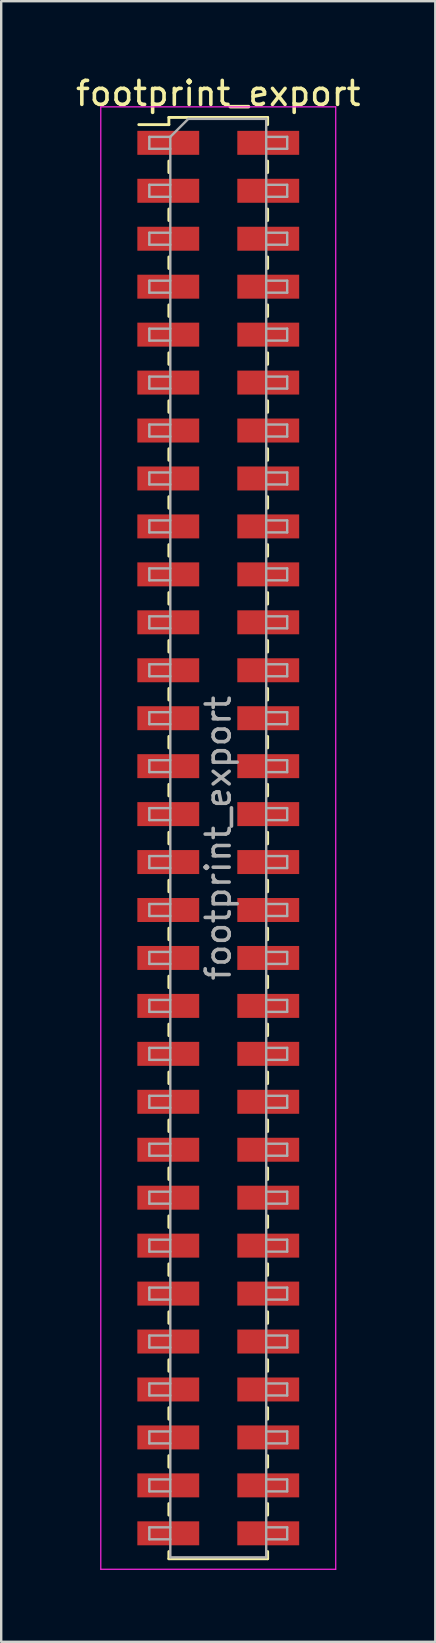
<source format=kicad_pcb>
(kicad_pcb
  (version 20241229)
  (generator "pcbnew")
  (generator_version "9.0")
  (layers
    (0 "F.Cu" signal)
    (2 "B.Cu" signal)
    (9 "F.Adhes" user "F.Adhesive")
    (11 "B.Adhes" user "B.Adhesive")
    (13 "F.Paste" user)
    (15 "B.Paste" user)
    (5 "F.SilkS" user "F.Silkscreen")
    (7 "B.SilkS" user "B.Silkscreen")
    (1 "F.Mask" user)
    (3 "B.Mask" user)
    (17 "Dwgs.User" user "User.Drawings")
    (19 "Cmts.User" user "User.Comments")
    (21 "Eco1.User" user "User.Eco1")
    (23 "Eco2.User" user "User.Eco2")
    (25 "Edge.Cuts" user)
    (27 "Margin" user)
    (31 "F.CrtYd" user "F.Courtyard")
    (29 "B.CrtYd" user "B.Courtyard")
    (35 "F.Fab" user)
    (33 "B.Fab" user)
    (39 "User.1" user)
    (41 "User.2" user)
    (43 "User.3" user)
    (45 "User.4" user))
  (footprint "footprint_export"
    (layer "F.Cu")
    (at 6.054 31.908)
    (property "Reference" "footprint_export" (at 0 -31.06 0) (layer "F.SilkS") (effects (font (size 1 1) (thickness 0.15))))
    (attr smd)
    (fp_line (start -3.315 -29.76) (end -2.06 -29.76) (stroke (width 0.12) (type solid)) (layer "F.SilkS"))
    (fp_line (start -2.06 -30.06) (end -2.06 -29.76) (stroke (width 0.12) (type solid)) (layer "F.SilkS"))
    (fp_line (start -2.06 -30.06) (end 2.06 -30.06) (stroke (width 0.12) (type solid)) (layer "F.SilkS"))
    (fp_line (start -2.06 -28.24) (end -2.06 -27.76) (stroke (width 0.12) (type solid)) (layer "F.SilkS"))
    (fp_line (start -2.06 -26.24) (end -2.06 -25.76) (stroke (width 0.12) (type solid)) (layer "F.SilkS"))
    (fp_line (start -2.06 -24.24) (end -2.06 -23.76) (stroke (width 0.12) (type solid)) (layer "F.SilkS"))
    (fp_line (start -2.06 -22.24) (end -2.06 -21.76) (stroke (width 0.12) (type solid)) (layer "F.SilkS"))
    (fp_line (start -2.06 -20.24) (end -2.06 -19.76) (stroke (width 0.12) (type solid)) (layer "F.SilkS"))
    (fp_line (start -2.06 -18.24) (end -2.06 -17.76) (stroke (width 0.12) (type solid)) (layer "F.SilkS"))
    (fp_line (start -2.06 -16.24) (end -2.06 -15.76) (stroke (width 0.12) (type solid)) (layer "F.SilkS"))
    (fp_line (start -2.06 -14.24) (end -2.06 -13.76) (stroke (width 0.12) (type solid)) (layer "F.SilkS"))
    (fp_line (start -2.06 -12.24) (end -2.06 -11.76) (stroke (width 0.12) (type solid)) (layer "F.SilkS"))
    (fp_line (start -2.06 -10.24) (end -2.06 -9.76) (stroke (width 0.12) (type solid)) (layer "F.SilkS"))
    (fp_line (start -2.06 -8.24) (end -2.06 -7.76) (stroke (width 0.12) (type solid)) (layer "F.SilkS"))
    (fp_line (start -2.06 -6.24) (end -2.06 -5.76) (stroke (width 0.12) (type solid)) (layer "F.SilkS"))
    (fp_line (start -2.06 -4.24) (end -2.06 -3.76) (stroke (width 0.12) (type solid)) (layer "F.SilkS"))
    (fp_line (start -2.06 -2.24) (end -2.06 -1.76) (stroke (width 0.12) (type solid)) (layer "F.SilkS"))
    (fp_line (start -2.06 -0.24) (end -2.06 0.24) (stroke (width 0.12) (type solid)) (layer "F.SilkS"))
    (fp_line (start -2.06 1.76) (end -2.06 2.24) (stroke (width 0.12) (type solid)) (layer "F.SilkS"))
    (fp_line (start -2.06 3.76) (end -2.06 4.24) (stroke (width 0.12) (type solid)) (layer "F.SilkS"))
    (fp_line (start -2.06 5.76) (end -2.06 6.24) (stroke (width 0.12) (type solid)) (layer "F.SilkS"))
    (fp_line (start -2.06 7.76) (end -2.06 8.24) (stroke (width 0.12) (type solid)) (layer "F.SilkS"))
    (fp_line (start -2.06 9.76) (end -2.06 10.24) (stroke (width 0.12) (type solid)) (layer "F.SilkS"))
    (fp_line (start -2.06 11.76) (end -2.06 12.24) (stroke (width 0.12) (type solid)) (layer "F.SilkS"))
    (fp_line (start -2.06 13.76) (end -2.06 14.24) (stroke (width 0.12) (type solid)) (layer "F.SilkS"))
    (fp_line (start -2.06 15.76) (end -2.06 16.24) (stroke (width 0.12) (type solid)) (layer "F.SilkS"))
    (fp_line (start -2.06 17.76) (end -2.06 18.24) (stroke (width 0.12) (type solid)) (layer "F.SilkS"))
    (fp_line (start -2.06 19.76) (end -2.06 20.24) (stroke (width 0.12) (type solid)) (layer "F.SilkS"))
    (fp_line (start -2.06 21.76) (end -2.06 22.24) (stroke (width 0.12) (type solid)) (layer "F.SilkS"))
    (fp_line (start -2.06 23.76) (end -2.06 24.24) (stroke (width 0.12) (type solid)) (layer "F.SilkS"))
    (fp_line (start -2.06 25.76) (end -2.06 26.24) (stroke (width 0.12) (type solid)) (layer "F.SilkS"))
    (fp_line (start -2.06 27.76) (end -2.06 28.24) (stroke (width 0.12) (type solid)) (layer "F.SilkS"))
    (fp_line (start -2.06 29.76) (end -2.06 30.06) (stroke (width 0.12) (type solid)) (layer "F.SilkS"))
    (fp_line (start -2.06 30.06) (end 2.06 30.06) (stroke (width 0.12) (type solid)) (layer "F.SilkS"))
    (fp_line (start 2.06 -30.06) (end 2.06 -29.76) (stroke (width 0.12) (type solid)) (layer "F.SilkS"))
    (fp_line (start 2.06 -28.24) (end 2.06 -27.76) (stroke (width 0.12) (type solid)) (layer "F.SilkS"))
    (fp_line (start 2.06 -26.24) (end 2.06 -25.76) (stroke (width 0.12) (type solid)) (layer "F.SilkS"))
    (fp_line (start 2.06 -24.24) (end 2.06 -23.76) (stroke (width 0.12) (type solid)) (layer "F.SilkS"))
    (fp_line (start 2.06 -22.24) (end 2.06 -21.76) (stroke (width 0.12) (type solid)) (layer "F.SilkS"))
    (fp_line (start 2.06 -20.24) (end 2.06 -19.76) (stroke (width 0.12) (type solid)) (layer "F.SilkS"))
    (fp_line (start 2.06 -18.24) (end 2.06 -17.76) (stroke (width 0.12) (type solid)) (layer "F.SilkS"))
    (fp_line (start 2.06 -16.24) (end 2.06 -15.76) (stroke (width 0.12) (type solid)) (layer "F.SilkS"))
    (fp_line (start 2.06 -14.24) (end 2.06 -13.76) (stroke (width 0.12) (type solid)) (layer "F.SilkS"))
    (fp_line (start 2.06 -12.24) (end 2.06 -11.76) (stroke (width 0.12) (type solid)) (layer "F.SilkS"))
    (fp_line (start 2.06 -10.24) (end 2.06 -9.76) (stroke (width 0.12) (type solid)) (layer "F.SilkS"))
    (fp_line (start 2.06 -8.24) (end 2.06 -7.76) (stroke (width 0.12) (type solid)) (layer "F.SilkS"))
    (fp_line (start 2.06 -6.24) (end 2.06 -5.76) (stroke (width 0.12) (type solid)) (layer "F.SilkS"))
    (fp_line (start 2.06 -4.24) (end 2.06 -3.76) (stroke (width 0.12) (type solid)) (layer "F.SilkS"))
    (fp_line (start 2.06 -2.24) (end 2.06 -1.76) (stroke (width 0.12) (type solid)) (layer "F.SilkS"))
    (fp_line (start 2.06 -0.24) (end 2.06 0.24) (stroke (width 0.12) (type solid)) (layer "F.SilkS"))
    (fp_line (start 2.06 1.76) (end 2.06 2.24) (stroke (width 0.12) (type solid)) (layer "F.SilkS"))
    (fp_line (start 2.06 3.76) (end 2.06 4.24) (stroke (width 0.12) (type solid)) (layer "F.SilkS"))
    (fp_line (start 2.06 5.76) (end 2.06 6.24) (stroke (width 0.12) (type solid)) (layer "F.SilkS"))
    (fp_line (start 2.06 7.76) (end 2.06 8.24) (stroke (width 0.12) (type solid)) (layer "F.SilkS"))
    (fp_line (start 2.06 9.76) (end 2.06 10.24) (stroke (width 0.12) (type solid)) (layer "F.SilkS"))
    (fp_line (start 2.06 11.76) (end 2.06 12.24) (stroke (width 0.12) (type solid)) (layer "F.SilkS"))
    (fp_line (start 2.06 13.76) (end 2.06 14.24) (stroke (width 0.12) (type solid)) (layer "F.SilkS"))
    (fp_line (start 2.06 15.76) (end 2.06 16.24) (stroke (width 0.12) (type solid)) (layer "F.SilkS"))
    (fp_line (start 2.06 17.76) (end 2.06 18.24) (stroke (width 0.12) (type solid)) (layer "F.SilkS"))
    (fp_line (start 2.06 19.76) (end 2.06 20.24) (stroke (width 0.12) (type solid)) (layer "F.SilkS"))
    (fp_line (start 2.06 21.76) (end 2.06 22.24) (stroke (width 0.12) (type solid)) (layer "F.SilkS"))
    (fp_line (start 2.06 23.76) (end 2.06 24.24) (stroke (width 0.12) (type solid)) (layer "F.SilkS"))
    (fp_line (start 2.06 25.76) (end 2.06 26.24) (stroke (width 0.12) (type solid)) (layer "F.SilkS"))
    (fp_line (start 2.06 27.76) (end 2.06 28.24) (stroke (width 0.12) (type solid)) (layer "F.SilkS"))
    (fp_line (start 2.06 29.76) (end 2.06 30.06) (stroke (width 0.12) (type solid)) (layer "F.SilkS"))
    (fp_line (start -4.9 -30.5) (end -4.9 30.5) (stroke (width 0.05) (type solid)) (layer "F.CrtYd"))
    (fp_line (start -4.9 30.5) (end 4.9 30.5) (stroke (width 0.05) (type solid)) (layer "F.CrtYd"))
    (fp_line (start 4.9 -30.5) (end -4.9 -30.5) (stroke (width 0.05) (type solid)) (layer "F.CrtYd"))
    (fp_line (start 4.9 30.5) (end 4.9 -30.5) (stroke (width 0.05) (type solid)) (layer "F.CrtYd"))
    (fp_line (start -2.875 -29.25) (end -2.875 -28.75) (stroke (width 0.1) (type solid)) (layer "F.Fab"))
    (fp_line (start -2.875 -28.75) (end -2 -28.75) (stroke (width 0.1) (type solid)) (layer "F.Fab"))
    (fp_line (start -2.875 -27.25) (end -2.875 -26.75) (stroke (width 0.1) (type solid)) (layer "F.Fab"))
    (fp_line (start -2.875 -26.75) (end -2 -26.75) (stroke (width 0.1) (type solid)) (layer "F.Fab"))
    (fp_line (start -2.875 -25.25) (end -2.875 -24.75) (stroke (width 0.1) (type solid)) (layer "F.Fab"))
    (fp_line (start -2.875 -24.75) (end -2 -24.75) (stroke (width 0.1) (type solid)) (layer "F.Fab"))
    (fp_line (start -2.875 -23.25) (end -2.875 -22.75) (stroke (width 0.1) (type solid)) (layer "F.Fab"))
    (fp_line (start -2.875 -22.75) (end -2 -22.75) (stroke (width 0.1) (type solid)) (layer "F.Fab"))
    (fp_line (start -2.875 -21.25) (end -2.875 -20.75) (stroke (width 0.1) (type solid)) (layer "F.Fab"))
    (fp_line (start -2.875 -20.75) (end -2 -20.75) (stroke (width 0.1) (type solid)) (layer "F.Fab"))
    (fp_line (start -2.875 -19.25) (end -2.875 -18.75) (stroke (width 0.1) (type solid)) (layer "F.Fab"))
    (fp_line (start -2.875 -18.75) (end -2 -18.75) (stroke (width 0.1) (type solid)) (layer "F.Fab"))
    (fp_line (start -2.875 -17.25) (end -2.875 -16.75) (stroke (width 0.1) (type solid)) (layer "F.Fab"))
    (fp_line (start -2.875 -16.75) (end -2 -16.75) (stroke (width 0.1) (type solid)) (layer "F.Fab"))
    (fp_line (start -2.875 -15.25) (end -2.875 -14.75) (stroke (width 0.1) (type solid)) (layer "F.Fab"))
    (fp_line (start -2.875 -14.75) (end -2 -14.75) (stroke (width 0.1) (type solid)) (layer "F.Fab"))
    (fp_line (start -2.875 -13.25) (end -2.875 -12.75) (stroke (width 0.1) (type solid)) (layer "F.Fab"))
    (fp_line (start -2.875 -12.75) (end -2 -12.75) (stroke (width 0.1) (type solid)) (layer "F.Fab"))
    (fp_line (start -2.875 -11.25) (end -2.875 -10.75) (stroke (width 0.1) (type solid)) (layer "F.Fab"))
    (fp_line (start -2.875 -10.75) (end -2 -10.75) (stroke (width 0.1) (type solid)) (layer "F.Fab"))
    (fp_line (start -2.875 -9.25) (end -2.875 -8.75) (stroke (width 0.1) (type solid)) (layer "F.Fab"))
    (fp_line (start -2.875 -8.75) (end -2 -8.75) (stroke (width 0.1) (type solid)) (layer "F.Fab"))
    (fp_line (start -2.875 -7.25) (end -2.875 -6.75) (stroke (width 0.1) (type solid)) (layer "F.Fab"))
    (fp_line (start -2.875 -6.75) (end -2 -6.75) (stroke (width 0.1) (type solid)) (layer "F.Fab"))
    (fp_line (start -2.875 -5.25) (end -2.875 -4.75) (stroke (width 0.1) (type solid)) (layer "F.Fab"))
    (fp_line (start -2.875 -4.75) (end -2 -4.75) (stroke (width 0.1) (type solid)) (layer "F.Fab"))
    (fp_line (start -2.875 -3.25) (end -2.875 -2.75) (stroke (width 0.1) (type solid)) (layer "F.Fab"))
    (fp_line (start -2.875 -2.75) (end -2 -2.75) (stroke (width 0.1) (type solid)) (layer "F.Fab"))
    (fp_line (start -2.875 -1.25) (end -2.875 -0.75) (stroke (width 0.1) (type solid)) (layer "F.Fab"))
    (fp_line (start -2.875 -0.75) (end -2 -0.75) (stroke (width 0.1) (type solid)) (layer "F.Fab"))
    (fp_line (start -2.875 0.75) (end -2.875 1.25) (stroke (width 0.1) (type solid)) (layer "F.Fab"))
    (fp_line (start -2.875 1.25) (end -2 1.25) (stroke (width 0.1) (type solid)) (layer "F.Fab"))
    (fp_line (start -2.875 2.75) (end -2.875 3.25) (stroke (width 0.1) (type solid)) (layer "F.Fab"))
    (fp_line (start -2.875 3.25) (end -2 3.25) (stroke (width 0.1) (type solid)) (layer "F.Fab"))
    (fp_line (start -2.875 4.75) (end -2.875 5.25) (stroke (width 0.1) (type solid)) (layer "F.Fab"))
    (fp_line (start -2.875 5.25) (end -2 5.25) (stroke (width 0.1) (type solid)) (layer "F.Fab"))
    (fp_line (start -2.875 6.75) (end -2.875 7.25) (stroke (width 0.1) (type solid)) (layer "F.Fab"))
    (fp_line (start -2.875 7.25) (end -2 7.25) (stroke (width 0.1) (type solid)) (layer "F.Fab"))
    (fp_line (start -2.875 8.75) (end -2.875 9.25) (stroke (width 0.1) (type solid)) (layer "F.Fab"))
    (fp_line (start -2.875 9.25) (end -2 9.25) (stroke (width 0.1) (type solid)) (layer "F.Fab"))
    (fp_line (start -2.875 10.75) (end -2.875 11.25) (stroke (width 0.1) (type solid)) (layer "F.Fab"))
    (fp_line (start -2.875 11.25) (end -2 11.25) (stroke (width 0.1) (type solid)) (layer "F.Fab"))
    (fp_line (start -2.875 12.75) (end -2.875 13.25) (stroke (width 0.1) (type solid)) (layer "F.Fab"))
    (fp_line (start -2.875 13.25) (end -2 13.25) (stroke (width 0.1) (type solid)) (layer "F.Fab"))
    (fp_line (start -2.875 14.75) (end -2.875 15.25) (stroke (width 0.1) (type solid)) (layer "F.Fab"))
    (fp_line (start -2.875 15.25) (end -2 15.25) (stroke (width 0.1) (type solid)) (layer "F.Fab"))
    (fp_line (start -2.875 16.75) (end -2.875 17.25) (stroke (width 0.1) (type solid)) (layer "F.Fab"))
    (fp_line (start -2.875 17.25) (end -2 17.25) (stroke (width 0.1) (type solid)) (layer "F.Fab"))
    (fp_line (start -2.875 18.75) (end -2.875 19.25) (stroke (width 0.1) (type solid)) (layer "F.Fab"))
    (fp_line (start -2.875 19.25) (end -2 19.25) (stroke (width 0.1) (type solid)) (layer "F.Fab"))
    (fp_line (start -2.875 20.75) (end -2.875 21.25) (stroke (width 0.1) (type solid)) (layer "F.Fab"))
    (fp_line (start -2.875 21.25) (end -2 21.25) (stroke (width 0.1) (type solid)) (layer "F.Fab"))
    (fp_line (start -2.875 22.75) (end -2.875 23.25) (stroke (width 0.1) (type solid)) (layer "F.Fab"))
    (fp_line (start -2.875 23.25) (end -2 23.25) (stroke (width 0.1) (type solid)) (layer "F.Fab"))
    (fp_line (start -2.875 24.75) (end -2.875 25.25) (stroke (width 0.1) (type solid)) (layer "F.Fab"))
    (fp_line (start -2.875 25.25) (end -2 25.25) (stroke (width 0.1) (type solid)) (layer "F.Fab"))
    (fp_line (start -2.875 26.75) (end -2.875 27.25) (stroke (width 0.1) (type solid)) (layer "F.Fab"))
    (fp_line (start -2.875 27.25) (end -2 27.25) (stroke (width 0.1) (type solid)) (layer "F.Fab"))
    (fp_line (start -2.875 28.75) (end -2.875 29.25) (stroke (width 0.1) (type solid)) (layer "F.Fab"))
    (fp_line (start -2.875 29.25) (end -2 29.25) (stroke (width 0.1) (type solid)) (layer "F.Fab"))
    (fp_line (start -2 -29.25) (end -2.875 -29.25) (stroke (width 0.1) (type solid)) (layer "F.Fab"))
    (fp_line (start -2 -29.25) (end -1.25 -30) (stroke (width 0.1) (type solid)) (layer "F.Fab"))
    (fp_line (start -2 -27.25) (end -2.875 -27.25) (stroke (width 0.1) (type solid)) (layer "F.Fab"))
    (fp_line (start -2 -25.25) (end -2.875 -25.25) (stroke (width 0.1) (type solid)) (layer "F.Fab"))
    (fp_line (start -2 -23.25) (end -2.875 -23.25) (stroke (width 0.1) (type solid)) (layer "F.Fab"))
    (fp_line (start -2 -21.25) (end -2.875 -21.25) (stroke (width 0.1) (type solid)) (layer "F.Fab"))
    (fp_line (start -2 -19.25) (end -2.875 -19.25) (stroke (width 0.1) (type solid)) (layer "F.Fab"))
    (fp_line (start -2 -17.25) (end -2.875 -17.25) (stroke (width 0.1) (type solid)) (layer "F.Fab"))
    (fp_line (start -2 -15.25) (end -2.875 -15.25) (stroke (width 0.1) (type solid)) (layer "F.Fab"))
    (fp_line (start -2 -13.25) (end -2.875 -13.25) (stroke (width 0.1) (type solid)) (layer "F.Fab"))
    (fp_line (start -2 -11.25) (end -2.875 -11.25) (stroke (width 0.1) (type solid)) (layer "F.Fab"))
    (fp_line (start -2 -9.25) (end -2.875 -9.25) (stroke (width 0.1) (type solid)) (layer "F.Fab"))
    (fp_line (start -2 -7.25) (end -2.875 -7.25) (stroke (width 0.1) (type solid)) (layer "F.Fab"))
    (fp_line (start -2 -5.25) (end -2.875 -5.25) (stroke (width 0.1) (type solid)) (layer "F.Fab"))
    (fp_line (start -2 -3.25) (end -2.875 -3.25) (stroke (width 0.1) (type solid)) (layer "F.Fab"))
    (fp_line (start -2 -1.25) (end -2.875 -1.25) (stroke (width 0.1) (type solid)) (layer "F.Fab"))
    (fp_line (start -2 0.75) (end -2.875 0.75) (stroke (width 0.1) (type solid)) (layer "F.Fab"))
    (fp_line (start -2 2.75) (end -2.875 2.75) (stroke (width 0.1) (type solid)) (layer "F.Fab"))
    (fp_line (start -2 4.75) (end -2.875 4.75) (stroke (width 0.1) (type solid)) (layer "F.Fab"))
    (fp_line (start -2 6.75) (end -2.875 6.75) (stroke (width 0.1) (type solid)) (layer "F.Fab"))
    (fp_line (start -2 8.75) (end -2.875 8.75) (stroke (width 0.1) (type solid)) (layer "F.Fab"))
    (fp_line (start -2 10.75) (end -2.875 10.75) (stroke (width 0.1) (type solid)) (layer "F.Fab"))
    (fp_line (start -2 12.75) (end -2.875 12.75) (stroke (width 0.1) (type solid)) (layer "F.Fab"))
    (fp_line (start -2 14.75) (end -2.875 14.75) (stroke (width 0.1) (type solid)) (layer "F.Fab"))
    (fp_line (start -2 16.75) (end -2.875 16.75) (stroke (width 0.1) (type solid)) (layer "F.Fab"))
    (fp_line (start -2 18.75) (end -2.875 18.75) (stroke (width 0.1) (type solid)) (layer "F.Fab"))
    (fp_line (start -2 20.75) (end -2.875 20.75) (stroke (width 0.1) (type solid)) (layer "F.Fab"))
    (fp_line (start -2 22.75) (end -2.875 22.75) (stroke (width 0.1) (type solid)) (layer "F.Fab"))
    (fp_line (start -2 24.75) (end -2.875 24.75) (stroke (width 0.1) (type solid)) (layer "F.Fab"))
    (fp_line (start -2 26.75) (end -2.875 26.75) (stroke (width 0.1) (type solid)) (layer "F.Fab"))
    (fp_line (start -2 28.75) (end -2.875 28.75) (stroke (width 0.1) (type solid)) (layer "F.Fab"))
    (fp_line (start -2 30) (end -2 -29.25) (stroke (width 0.1) (type solid)) (layer "F.Fab"))
    (fp_line (start -1.25 -30) (end 2 -30) (stroke (width 0.1) (type solid)) (layer "F.Fab"))
    (fp_line (start 2 -30) (end 2 30) (stroke (width 0.1) (type solid)) (layer "F.Fab"))
    (fp_line (start 2 -29.25) (end 2.875 -29.25) (stroke (width 0.1) (type solid)) (layer "F.Fab"))
    (fp_line (start 2 -27.25) (end 2.875 -27.25) (stroke (width 0.1) (type solid)) (layer "F.Fab"))
    (fp_line (start 2 -25.25) (end 2.875 -25.25) (stroke (width 0.1) (type solid)) (layer "F.Fab"))
    (fp_line (start 2 -23.25) (end 2.875 -23.25) (stroke (width 0.1) (type solid)) (layer "F.Fab"))
    (fp_line (start 2 -21.25) (end 2.875 -21.25) (stroke (width 0.1) (type solid)) (layer "F.Fab"))
    (fp_line (start 2 -19.25) (end 2.875 -19.25) (stroke (width 0.1) (type solid)) (layer "F.Fab"))
    (fp_line (start 2 -17.25) (end 2.875 -17.25) (stroke (width 0.1) (type solid)) (layer "F.Fab"))
    (fp_line (start 2 -15.25) (end 2.875 -15.25) (stroke (width 0.1) (type solid)) (layer "F.Fab"))
    (fp_line (start 2 -13.25) (end 2.875 -13.25) (stroke (width 0.1) (type solid)) (layer "F.Fab"))
    (fp_line (start 2 -11.25) (end 2.875 -11.25) (stroke (width 0.1) (type solid)) (layer "F.Fab"))
    (fp_line (start 2 -9.25) (end 2.875 -9.25) (stroke (width 0.1) (type solid)) (layer "F.Fab"))
    (fp_line (start 2 -7.25) (end 2.875 -7.25) (stroke (width 0.1) (type solid)) (layer "F.Fab"))
    (fp_line (start 2 -5.25) (end 2.875 -5.25) (stroke (width 0.1) (type solid)) (layer "F.Fab"))
    (fp_line (start 2 -3.25) (end 2.875 -3.25) (stroke (width 0.1) (type solid)) (layer "F.Fab"))
    (fp_line (start 2 -1.25) (end 2.875 -1.25) (stroke (width 0.1) (type solid)) (layer "F.Fab"))
    (fp_line (start 2 0.75) (end 2.875 0.75) (stroke (width 0.1) (type solid)) (layer "F.Fab"))
    (fp_line (start 2 2.75) (end 2.875 2.75) (stroke (width 0.1) (type solid)) (layer "F.Fab"))
    (fp_line (start 2 4.75) (end 2.875 4.75) (stroke (width 0.1) (type solid)) (layer "F.Fab"))
    (fp_line (start 2 6.75) (end 2.875 6.75) (stroke (width 0.1) (type solid)) (layer "F.Fab"))
    (fp_line (start 2 8.75) (end 2.875 8.75) (stroke (width 0.1) (type solid)) (layer "F.Fab"))
    (fp_line (start 2 10.75) (end 2.875 10.75) (stroke (width 0.1) (type solid)) (layer "F.Fab"))
    (fp_line (start 2 12.75) (end 2.875 12.75) (stroke (width 0.1) (type solid)) (layer "F.Fab"))
    (fp_line (start 2 14.75) (end 2.875 14.75) (stroke (width 0.1) (type solid)) (layer "F.Fab"))
    (fp_line (start 2 16.75) (end 2.875 16.75) (stroke (width 0.1) (type solid)) (layer "F.Fab"))
    (fp_line (start 2 18.75) (end 2.875 18.75) (stroke (width 0.1) (type solid)) (layer "F.Fab"))
    (fp_line (start 2 20.75) (end 2.875 20.75) (stroke (width 0.1) (type solid)) (layer "F.Fab"))
    (fp_line (start 2 22.75) (end 2.875 22.75) (stroke (width 0.1) (type solid)) (layer "F.Fab"))
    (fp_line (start 2 24.75) (end 2.875 24.75) (stroke (width 0.1) (type solid)) (layer "F.Fab"))
    (fp_line (start 2 26.75) (end 2.875 26.75) (stroke (width 0.1) (type solid)) (layer "F.Fab"))
    (fp_line (start 2 28.75) (end 2.875 28.75) (stroke (width 0.1) (type solid)) (layer "F.Fab"))
    (fp_line (start 2 30) (end -2 30) (stroke (width 0.1) (type solid)) (layer "F.Fab"))
    (fp_line (start 2.875 -29.25) (end 2.875 -28.75) (stroke (width 0.1) (type solid)) (layer "F.Fab"))
    (fp_line (start 2.875 -28.75) (end 2 -28.75) (stroke (width 0.1) (type solid)) (layer "F.Fab"))
    (fp_line (start 2.875 -27.25) (end 2.875 -26.75) (stroke (width 0.1) (type solid)) (layer "F.Fab"))
    (fp_line (start 2.875 -26.75) (end 2 -26.75) (stroke (width 0.1) (type solid)) (layer "F.Fab"))
    (fp_line (start 2.875 -25.25) (end 2.875 -24.75) (stroke (width 0.1) (type solid)) (layer "F.Fab"))
    (fp_line (start 2.875 -24.75) (end 2 -24.75) (stroke (width 0.1) (type solid)) (layer "F.Fab"))
    (fp_line (start 2.875 -23.25) (end 2.875 -22.75) (stroke (width 0.1) (type solid)) (layer "F.Fab"))
    (fp_line (start 2.875 -22.75) (end 2 -22.75) (stroke (width 0.1) (type solid)) (layer "F.Fab"))
    (fp_line (start 2.875 -21.25) (end 2.875 -20.75) (stroke (width 0.1) (type solid)) (layer "F.Fab"))
    (fp_line (start 2.875 -20.75) (end 2 -20.75) (stroke (width 0.1) (type solid)) (layer "F.Fab"))
    (fp_line (start 2.875 -19.25) (end 2.875 -18.75) (stroke (width 0.1) (type solid)) (layer "F.Fab"))
    (fp_line (start 2.875 -18.75) (end 2 -18.75) (stroke (width 0.1) (type solid)) (layer "F.Fab"))
    (fp_line (start 2.875 -17.25) (end 2.875 -16.75) (stroke (width 0.1) (type solid)) (layer "F.Fab"))
    (fp_line (start 2.875 -16.75) (end 2 -16.75) (stroke (width 0.1) (type solid)) (layer "F.Fab"))
    (fp_line (start 2.875 -15.25) (end 2.875 -14.75) (stroke (width 0.1) (type solid)) (layer "F.Fab"))
    (fp_line (start 2.875 -14.75) (end 2 -14.75) (stroke (width 0.1) (type solid)) (layer "F.Fab"))
    (fp_line (start 2.875 -13.25) (end 2.875 -12.75) (stroke (width 0.1) (type solid)) (layer "F.Fab"))
    (fp_line (start 2.875 -12.75) (end 2 -12.75) (stroke (width 0.1) (type solid)) (layer "F.Fab"))
    (fp_line (start 2.875 -11.25) (end 2.875 -10.75) (stroke (width 0.1) (type solid)) (layer "F.Fab"))
    (fp_line (start 2.875 -10.75) (end 2 -10.75) (stroke (width 0.1) (type solid)) (layer "F.Fab"))
    (fp_line (start 2.875 -9.25) (end 2.875 -8.75) (stroke (width 0.1) (type solid)) (layer "F.Fab"))
    (fp_line (start 2.875 -8.75) (end 2 -8.75) (stroke (width 0.1) (type solid)) (layer "F.Fab"))
    (fp_line (start 2.875 -7.25) (end 2.875 -6.75) (stroke (width 0.1) (type solid)) (layer "F.Fab"))
    (fp_line (start 2.875 -6.75) (end 2 -6.75) (stroke (width 0.1) (type solid)) (layer "F.Fab"))
    (fp_line (start 2.875 -5.25) (end 2.875 -4.75) (stroke (width 0.1) (type solid)) (layer "F.Fab"))
    (fp_line (start 2.875 -4.75) (end 2 -4.75) (stroke (width 0.1) (type solid)) (layer "F.Fab"))
    (fp_line (start 2.875 -3.25) (end 2.875 -2.75) (stroke (width 0.1) (type solid)) (layer "F.Fab"))
    (fp_line (start 2.875 -2.75) (end 2 -2.75) (stroke (width 0.1) (type solid)) (layer "F.Fab"))
    (fp_line (start 2.875 -1.25) (end 2.875 -0.75) (stroke (width 0.1) (type solid)) (layer "F.Fab"))
    (fp_line (start 2.875 -0.75) (end 2 -0.75) (stroke (width 0.1) (type solid)) (layer "F.Fab"))
    (fp_line (start 2.875 0.75) (end 2.875 1.25) (stroke (width 0.1) (type solid)) (layer "F.Fab"))
    (fp_line (start 2.875 1.25) (end 2 1.25) (stroke (width 0.1) (type solid)) (layer "F.Fab"))
    (fp_line (start 2.875 2.75) (end 2.875 3.25) (stroke (width 0.1) (type solid)) (layer "F.Fab"))
    (fp_line (start 2.875 3.25) (end 2 3.25) (stroke (width 0.1) (type solid)) (layer "F.Fab"))
    (fp_line (start 2.875 4.75) (end 2.875 5.25) (stroke (width 0.1) (type solid)) (layer "F.Fab"))
    (fp_line (start 2.875 5.25) (end 2 5.25) (stroke (width 0.1) (type solid)) (layer "F.Fab"))
    (fp_line (start 2.875 6.75) (end 2.875 7.25) (stroke (width 0.1) (type solid)) (layer "F.Fab"))
    (fp_line (start 2.875 7.25) (end 2 7.25) (stroke (width 0.1) (type solid)) (layer "F.Fab"))
    (fp_line (start 2.875 8.75) (end 2.875 9.25) (stroke (width 0.1) (type solid)) (layer "F.Fab"))
    (fp_line (start 2.875 9.25) (end 2 9.25) (stroke (width 0.1) (type solid)) (layer "F.Fab"))
    (fp_line (start 2.875 10.75) (end 2.875 11.25) (stroke (width 0.1) (type solid)) (layer "F.Fab"))
    (fp_line (start 2.875 11.25) (end 2 11.25) (stroke (width 0.1) (type solid)) (layer "F.Fab"))
    (fp_line (start 2.875 12.75) (end 2.875 13.25) (stroke (width 0.1) (type solid)) (layer "F.Fab"))
    (fp_line (start 2.875 13.25) (end 2 13.25) (stroke (width 0.1) (type solid)) (layer "F.Fab"))
    (fp_line (start 2.875 14.75) (end 2.875 15.25) (stroke (width 0.1) (type solid)) (layer "F.Fab"))
    (fp_line (start 2.875 15.25) (end 2 15.25) (stroke (width 0.1) (type solid)) (layer "F.Fab"))
    (fp_line (start 2.875 16.75) (end 2.875 17.25) (stroke (width 0.1) (type solid)) (layer "F.Fab"))
    (fp_line (start 2.875 17.25) (end 2 17.25) (stroke (width 0.1) (type solid)) (layer "F.Fab"))
    (fp_line (start 2.875 18.75) (end 2.875 19.25) (stroke (width 0.1) (type solid)) (layer "F.Fab"))
    (fp_line (start 2.875 19.25) (end 2 19.25) (stroke (width 0.1) (type solid)) (layer "F.Fab"))
    (fp_line (start 2.875 20.75) (end 2.875 21.25) (stroke (width 0.1) (type solid)) (layer "F.Fab"))
    (fp_line (start 2.875 21.25) (end 2 21.25) (stroke (width 0.1) (type solid)) (layer "F.Fab"))
    (fp_line (start 2.875 22.75) (end 2.875 23.25) (stroke (width 0.1) (type solid)) (layer "F.Fab"))
    (fp_line (start 2.875 23.25) (end 2 23.25) (stroke (width 0.1) (type solid)) (layer "F.Fab"))
    (fp_line (start 2.875 24.75) (end 2.875 25.25) (stroke (width 0.1) (type solid)) (layer "F.Fab"))
    (fp_line (start 2.875 25.25) (end 2 25.25) (stroke (width 0.1) (type solid)) (layer "F.Fab"))
    (fp_line (start 2.875 26.75) (end 2.875 27.25) (stroke (width 0.1) (type solid)) (layer "F.Fab"))
    (fp_line (start 2.875 27.25) (end 2 27.25) (stroke (width 0.1) (type solid)) (layer "F.Fab"))
    (fp_line (start 2.875 28.75) (end 2.875 29.25) (stroke (width 0.1) (type solid)) (layer "F.Fab"))
    (fp_line (start 2.875 29.25) (end 2 29.25) (stroke (width 0.1) (type solid)) (layer "F.Fab"))
    (fp_text user "${REFERENCE}" (at 0 0 90) (layer "F.Fab") (effects (font (size 1 1) (thickness 0.15))))
    (pad "1" smd rect (at -2.085 -29) (size 2.58 1) (layers "F.Cu" "F.Mask" "F.Paste"))
    (pad "2" smd rect (at 2.085 -29) (size 2.58 1) (layers "F.Cu" "F.Mask" "F.Paste"))
    (pad "3" smd rect (at -2.085 -27) (size 2.58 1) (layers "F.Cu" "F.Mask" "F.Paste"))
    (pad "4" smd rect (at 2.085 -27) (size 2.58 1) (layers "F.Cu" "F.Mask" "F.Paste"))
    (pad "5" smd rect (at -2.085 -25) (size 2.58 1) (layers "F.Cu" "F.Mask" "F.Paste"))
    (pad "6" smd rect (at 2.085 -25) (size 2.58 1) (layers "F.Cu" "F.Mask" "F.Paste"))
    (pad "7" smd rect (at -2.085 -23) (size 2.58 1) (layers "F.Cu" "F.Mask" "F.Paste"))
    (pad "8" smd rect (at 2.085 -23) (size 2.58 1) (layers "F.Cu" "F.Mask" "F.Paste"))
    (pad "9" smd rect (at -2.085 -21) (size 2.58 1) (layers "F.Cu" "F.Mask" "F.Paste"))
    (pad "10" smd rect (at 2.085 -21) (size 2.58 1) (layers "F.Cu" "F.Mask" "F.Paste"))
    (pad "11" smd rect (at -2.085 -19) (size 2.58 1) (layers "F.Cu" "F.Mask" "F.Paste"))
    (pad "12" smd rect (at 2.085 -19) (size 2.58 1) (layers "F.Cu" "F.Mask" "F.Paste"))
    (pad "13" smd rect (at -2.085 -17) (size 2.58 1) (layers "F.Cu" "F.Mask" "F.Paste"))
    (pad "14" smd rect (at 2.085 -17) (size 2.58 1) (layers "F.Cu" "F.Mask" "F.Paste"))
    (pad "15" smd rect (at -2.085 -15) (size 2.58 1) (layers "F.Cu" "F.Mask" "F.Paste"))
    (pad "16" smd rect (at 2.085 -15) (size 2.58 1) (layers "F.Cu" "F.Mask" "F.Paste"))
    (pad "17" smd rect (at -2.085 -13) (size 2.58 1) (layers "F.Cu" "F.Mask" "F.Paste"))
    (pad "18" smd rect (at 2.085 -13) (size 2.58 1) (layers "F.Cu" "F.Mask" "F.Paste"))
    (pad "19" smd rect (at -2.085 -11) (size 2.58 1) (layers "F.Cu" "F.Mask" "F.Paste"))
    (pad "20" smd rect (at 2.085 -11) (size 2.58 1) (layers "F.Cu" "F.Mask" "F.Paste"))
    (pad "21" smd rect (at -2.085 -9) (size 2.58 1) (layers "F.Cu" "F.Mask" "F.Paste"))
    (pad "22" smd rect (at 2.085 -9) (size 2.58 1) (layers "F.Cu" "F.Mask" "F.Paste"))
    (pad "23" smd rect (at -2.085 -7) (size 2.58 1) (layers "F.Cu" "F.Mask" "F.Paste"))
    (pad "24" smd rect (at 2.085 -7) (size 2.58 1) (layers "F.Cu" "F.Mask" "F.Paste"))
    (pad "25" smd rect (at -2.085 -5) (size 2.58 1) (layers "F.Cu" "F.Mask" "F.Paste"))
    (pad "26" smd rect (at 2.085 -5) (size 2.58 1) (layers "F.Cu" "F.Mask" "F.Paste"))
    (pad "27" smd rect (at -2.085 -3) (size 2.58 1) (layers "F.Cu" "F.Mask" "F.Paste"))
    (pad "28" smd rect (at 2.085 -3) (size 2.58 1) (layers "F.Cu" "F.Mask" "F.Paste"))
    (pad "29" smd rect (at -2.085 -1) (size 2.58 1) (layers "F.Cu" "F.Mask" "F.Paste"))
    (pad "30" smd rect (at 2.085 -1) (size 2.58 1) (layers "F.Cu" "F.Mask" "F.Paste"))
    (pad "31" smd rect (at -2.085 1) (size 2.58 1) (layers "F.Cu" "F.Mask" "F.Paste"))
    (pad "32" smd rect (at 2.085 1) (size 2.58 1) (layers "F.Cu" "F.Mask" "F.Paste"))
    (pad "33" smd rect (at -2.085 3) (size 2.58 1) (layers "F.Cu" "F.Mask" "F.Paste"))
    (pad "34" smd rect (at 2.085 3) (size 2.58 1) (layers "F.Cu" "F.Mask" "F.Paste"))
    (pad "35" smd rect (at -2.085 5) (size 2.58 1) (layers "F.Cu" "F.Mask" "F.Paste"))
    (pad "36" smd rect (at 2.085 5) (size 2.58 1) (layers "F.Cu" "F.Mask" "F.Paste"))
    (pad "37" smd rect (at -2.085 7) (size 2.58 1) (layers "F.Cu" "F.Mask" "F.Paste"))
    (pad "38" smd rect (at 2.085 7) (size 2.58 1) (layers "F.Cu" "F.Mask" "F.Paste"))
    (pad "39" smd rect (at -2.085 9) (size 2.58 1) (layers "F.Cu" "F.Mask" "F.Paste"))
    (pad "40" smd rect (at 2.085 9) (size 2.58 1) (layers "F.Cu" "F.Mask" "F.Paste"))
    (pad "41" smd rect (at -2.085 11) (size 2.58 1) (layers "F.Cu" "F.Mask" "F.Paste"))
    (pad "42" smd rect (at 2.085 11) (size 2.58 1) (layers "F.Cu" "F.Mask" "F.Paste"))
    (pad "43" smd rect (at -2.085 13) (size 2.58 1) (layers "F.Cu" "F.Mask" "F.Paste"))
    (pad "44" smd rect (at 2.085 13) (size 2.58 1) (layers "F.Cu" "F.Mask" "F.Paste"))
    (pad "45" smd rect (at -2.085 15) (size 2.58 1) (layers "F.Cu" "F.Mask" "F.Paste"))
    (pad "46" smd rect (at 2.085 15) (size 2.58 1) (layers "F.Cu" "F.Mask" "F.Paste"))
    (pad "47" smd rect (at -2.085 17) (size 2.58 1) (layers "F.Cu" "F.Mask" "F.Paste"))
    (pad "48" smd rect (at 2.085 17) (size 2.58 1) (layers "F.Cu" "F.Mask" "F.Paste"))
    (pad "49" smd rect (at -2.085 19) (size 2.58 1) (layers "F.Cu" "F.Mask" "F.Paste"))
    (pad "50" smd rect (at 2.085 19) (size 2.58 1) (layers "F.Cu" "F.Mask" "F.Paste"))
    (pad "51" smd rect (at -2.085 21) (size 2.58 1) (layers "F.Cu" "F.Mask" "F.Paste"))
    (pad "52" smd rect (at 2.085 21) (size 2.58 1) (layers "F.Cu" "F.Mask" "F.Paste"))
    (pad "53" smd rect (at -2.085 23) (size 2.58 1) (layers "F.Cu" "F.Mask" "F.Paste"))
    (pad "54" smd rect (at 2.085 23) (size 2.58 1) (layers "F.Cu" "F.Mask" "F.Paste"))
    (pad "55" smd rect (at -2.085 25) (size 2.58 1) (layers "F.Cu" "F.Mask" "F.Paste"))
    (pad "56" smd rect (at 2.085 25) (size 2.58 1) (layers "F.Cu" "F.Mask" "F.Paste"))
    (pad "57" smd rect (at -2.085 27) (size 2.58 1) (layers "F.Cu" "F.Mask" "F.Paste"))
    (pad "58" smd rect (at 2.085 27) (size 2.58 1) (layers "F.Cu" "F.Mask" "F.Paste"))
    (pad "59" smd rect (at -2.085 29) (size 2.58 1) (layers "F.Cu" "F.Mask" "F.Paste"))
    (pad "60" smd rect (at 2.085 29) (size 2.58 1) (layers "F.Cu" "F.Mask" "F.Paste")))
  (gr_rect
    (start -3 -3)
    (end 15.107 65.433)
    (stroke (width 0.1) (type default))
    (fill no)
    (layer "Edge.Cuts")))
</source>
